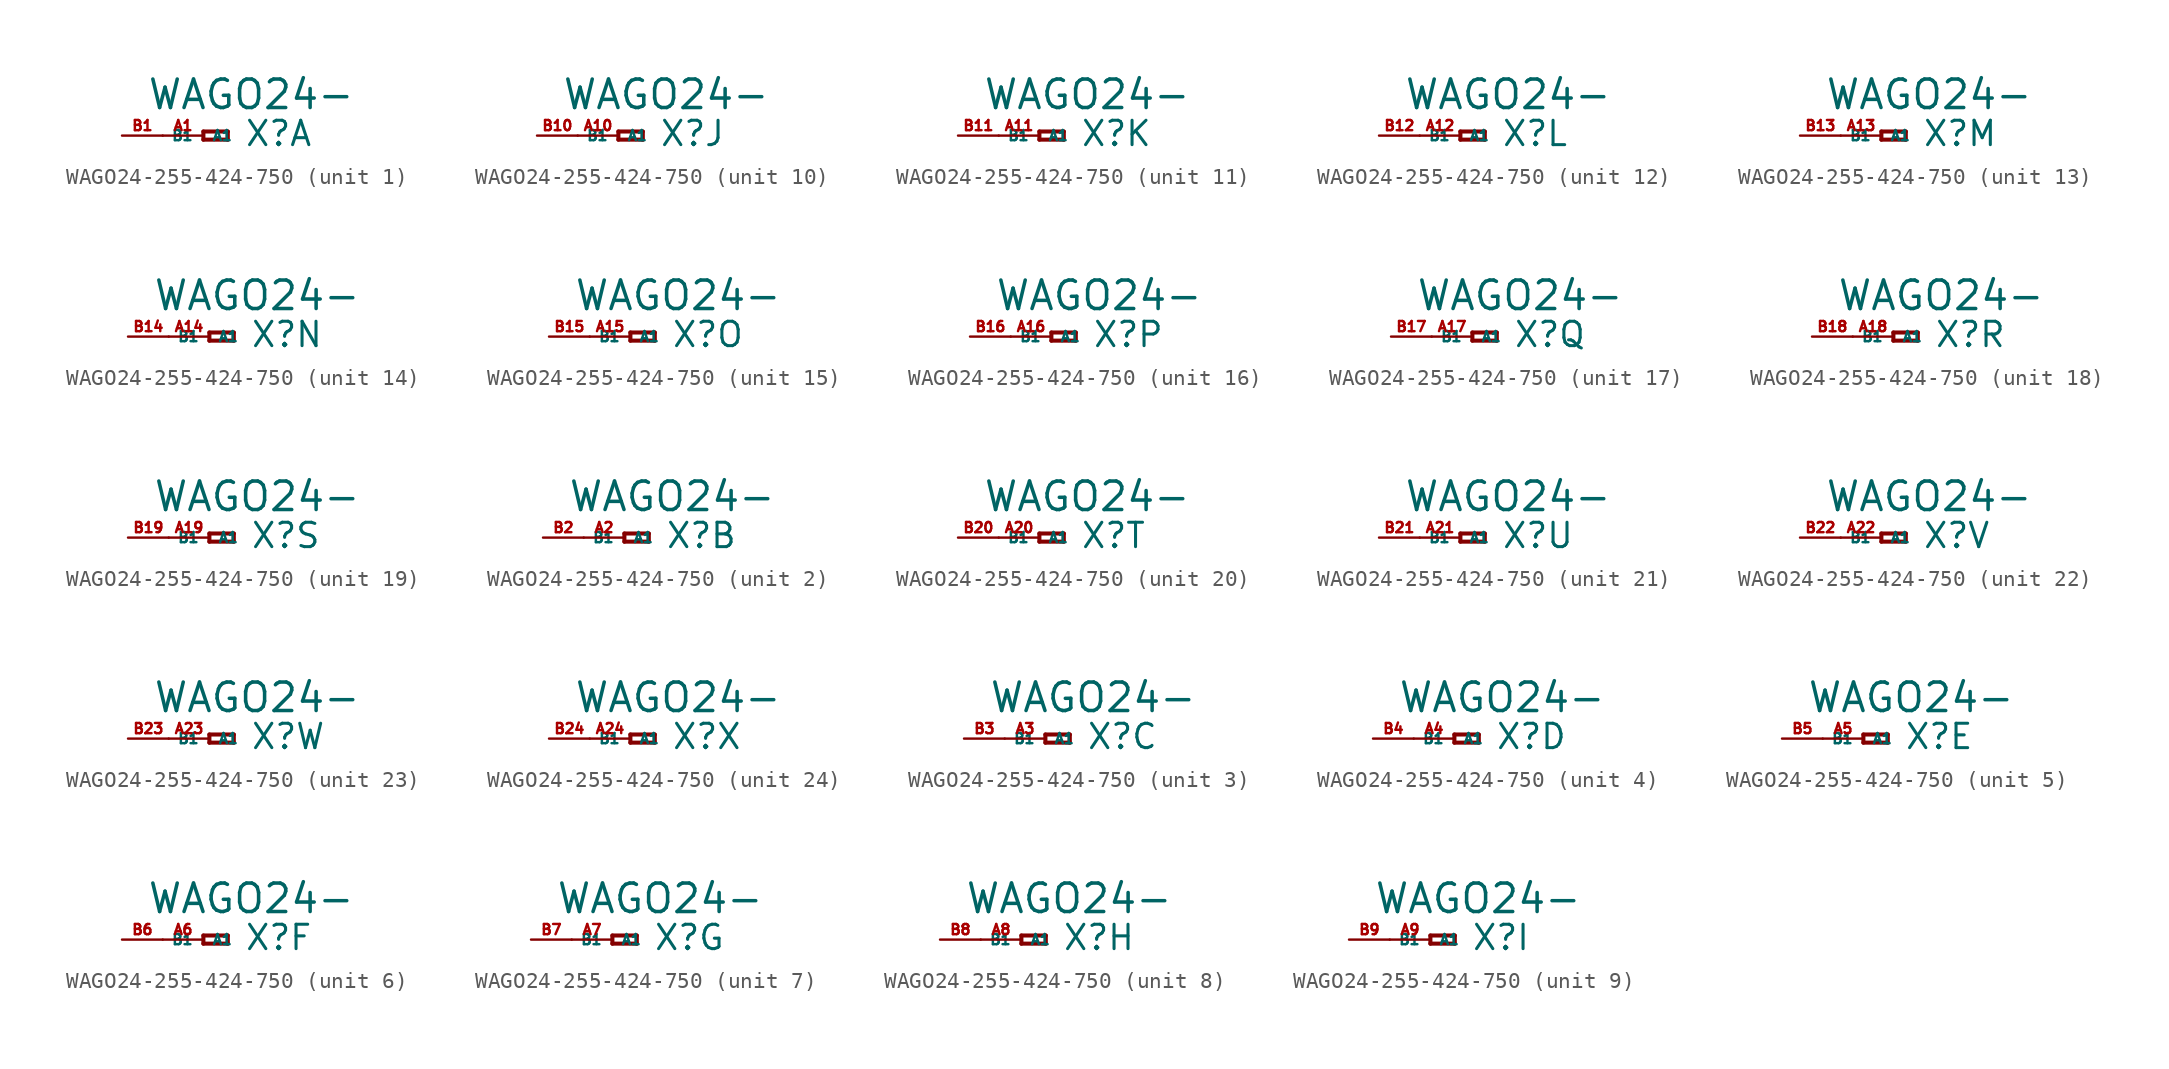
<source format=kicad_sym>
(kicad_symbol_lib
  (version 20220914)
  (generator Eagle2Kicad)
  (symbol "WAGO24-255-424-750"
    (property "Reference" "X"
      (at 2.54 -0.762 0)
      (effects (font (size 1.524 1.524) (thickness 0.19)) (justify left bottom)))
    (property "Value" "WAGO24-"
      (at -3.556 1.524 0)
      (effects (font (size 1.778 1.778) (thickness 0.22)) (justify left bottom)))
    (symbol "WAGO24-255-424-750_1_0"
      (polyline (pts (xy 0 0.254) (xy 0 -0.254)) (stroke (width 0.254) (type default)) (fill (type none)))
      (polyline (pts (xy 0 -0.254) (xy 1.524 -0.254)) (stroke (width 0.254) (type default)) (fill (type none)))
      (polyline (pts (xy 1.524 -0.254) (xy 1.524 0.254)) (stroke (width 0.254) (type default)) (fill (type none)))
      (polyline (pts (xy 1.524 0.254) (xy 0 0.254)) (stroke (width 0.254) (type default)) (fill (type none)))
      (pin passive line (at -2.54 0 0) (length 2.54) (name "A1" (effects (font (size 0.635 0.635) (thickness 0.08)) (justify left bottom))) (number "A1" (effects (font (size 0.635 0.635) (thickness 0.08)) (justify left bottom))))
      (pin passive line (at -5.08 0 0) (length 2.54) (name "B1" (effects (font (size 0.635 0.635) (thickness 0.08)) (justify left bottom))) (number "B1" (effects (font (size 0.635 0.635) (thickness 0.08)) (justify left bottom)))))
    (symbol "WAGO24-255-424-750_2_0"
      (polyline (pts (xy 0 0.254) (xy 0 -0.254)) (stroke (width 0.254) (type default)) (fill (type none)))
      (polyline (pts (xy 0 -0.254) (xy 1.524 -0.254)) (stroke (width 0.254) (type default)) (fill (type none)))
      (polyline (pts (xy 1.524 -0.254) (xy 1.524 0.254)) (stroke (width 0.254) (type default)) (fill (type none)))
      (polyline (pts (xy 1.524 0.254) (xy 0 0.254)) (stroke (width 0.254) (type default)) (fill (type none)))
      (pin passive line (at -2.54 0 0) (length 2.54) (name "A1" (effects (font (size 0.635 0.635) (thickness 0.08)) (justify left bottom))) (number "A2" (effects (font (size 0.635 0.635) (thickness 0.08)) (justify left bottom))))
      (pin passive line (at -5.08 0 0) (length 2.54) (name "B1" (effects (font (size 0.635 0.635) (thickness 0.08)) (justify left bottom))) (number "B2" (effects (font (size 0.635 0.635) (thickness 0.08)) (justify left bottom)))))
    (symbol "WAGO24-255-424-750_3_0"
      (polyline (pts (xy 0 0.254) (xy 0 -0.254)) (stroke (width 0.254) (type default)) (fill (type none)))
      (polyline (pts (xy 0 -0.254) (xy 1.524 -0.254)) (stroke (width 0.254) (type default)) (fill (type none)))
      (polyline (pts (xy 1.524 -0.254) (xy 1.524 0.254)) (stroke (width 0.254) (type default)) (fill (type none)))
      (polyline (pts (xy 1.524 0.254) (xy 0 0.254)) (stroke (width 0.254) (type default)) (fill (type none)))
      (pin passive line (at -2.54 0 0) (length 2.54) (name "A1" (effects (font (size 0.635 0.635) (thickness 0.08)) (justify left bottom))) (number "A3" (effects (font (size 0.635 0.635) (thickness 0.08)) (justify left bottom))))
      (pin passive line (at -5.08 0 0) (length 2.54) (name "B1" (effects (font (size 0.635 0.635) (thickness 0.08)) (justify left bottom))) (number "B3" (effects (font (size 0.635 0.635) (thickness 0.08)) (justify left bottom)))))
    (symbol "WAGO24-255-424-750_4_0"
      (polyline (pts (xy 0 0.254) (xy 0 -0.254)) (stroke (width 0.254) (type default)) (fill (type none)))
      (polyline (pts (xy 0 -0.254) (xy 1.524 -0.254)) (stroke (width 0.254) (type default)) (fill (type none)))
      (polyline (pts (xy 1.524 -0.254) (xy 1.524 0.254)) (stroke (width 0.254) (type default)) (fill (type none)))
      (polyline (pts (xy 1.524 0.254) (xy 0 0.254)) (stroke (width 0.254) (type default)) (fill (type none)))
      (pin passive line (at -2.54 0 0) (length 2.54) (name "A1" (effects (font (size 0.635 0.635) (thickness 0.08)) (justify left bottom))) (number "A4" (effects (font (size 0.635 0.635) (thickness 0.08)) (justify left bottom))))
      (pin passive line (at -5.08 0 0) (length 2.54) (name "B1" (effects (font (size 0.635 0.635) (thickness 0.08)) (justify left bottom))) (number "B4" (effects (font (size 0.635 0.635) (thickness 0.08)) (justify left bottom)))))
    (symbol "WAGO24-255-424-750_5_0"
      (polyline (pts (xy 0 0.254) (xy 0 -0.254)) (stroke (width 0.254) (type default)) (fill (type none)))
      (polyline (pts (xy 0 -0.254) (xy 1.524 -0.254)) (stroke (width 0.254) (type default)) (fill (type none)))
      (polyline (pts (xy 1.524 -0.254) (xy 1.524 0.254)) (stroke (width 0.254) (type default)) (fill (type none)))
      (polyline (pts (xy 1.524 0.254) (xy 0 0.254)) (stroke (width 0.254) (type default)) (fill (type none)))
      (pin passive line (at -2.54 0 0) (length 2.54) (name "A1" (effects (font (size 0.635 0.635) (thickness 0.08)) (justify left bottom))) (number "A5" (effects (font (size 0.635 0.635) (thickness 0.08)) (justify left bottom))))
      (pin passive line (at -5.08 0 0) (length 2.54) (name "B1" (effects (font (size 0.635 0.635) (thickness 0.08)) (justify left bottom))) (number "B5" (effects (font (size 0.635 0.635) (thickness 0.08)) (justify left bottom)))))
    (symbol "WAGO24-255-424-750_6_0"
      (polyline (pts (xy 0 0.254) (xy 0 -0.254)) (stroke (width 0.254) (type default)) (fill (type none)))
      (polyline (pts (xy 0 -0.254) (xy 1.524 -0.254)) (stroke (width 0.254) (type default)) (fill (type none)))
      (polyline (pts (xy 1.524 -0.254) (xy 1.524 0.254)) (stroke (width 0.254) (type default)) (fill (type none)))
      (polyline (pts (xy 1.524 0.254) (xy 0 0.254)) (stroke (width 0.254) (type default)) (fill (type none)))
      (pin passive line (at -2.54 0 0) (length 2.54) (name "A1" (effects (font (size 0.635 0.635) (thickness 0.08)) (justify left bottom))) (number "A6" (effects (font (size 0.635 0.635) (thickness 0.08)) (justify left bottom))))
      (pin passive line (at -5.08 0 0) (length 2.54) (name "B1" (effects (font (size 0.635 0.635) (thickness 0.08)) (justify left bottom))) (number "B6" (effects (font (size 0.635 0.635) (thickness 0.08)) (justify left bottom)))))
    (symbol "WAGO24-255-424-750_7_0"
      (polyline (pts (xy 0 0.254) (xy 0 -0.254)) (stroke (width 0.254) (type default)) (fill (type none)))
      (polyline (pts (xy 0 -0.254) (xy 1.524 -0.254)) (stroke (width 0.254) (type default)) (fill (type none)))
      (polyline (pts (xy 1.524 -0.254) (xy 1.524 0.254)) (stroke (width 0.254) (type default)) (fill (type none)))
      (polyline (pts (xy 1.524 0.254) (xy 0 0.254)) (stroke (width 0.254) (type default)) (fill (type none)))
      (pin passive line (at -2.54 0 0) (length 2.54) (name "A1" (effects (font (size 0.635 0.635) (thickness 0.08)) (justify left bottom))) (number "A7" (effects (font (size 0.635 0.635) (thickness 0.08)) (justify left bottom))))
      (pin passive line (at -5.08 0 0) (length 2.54) (name "B1" (effects (font (size 0.635 0.635) (thickness 0.08)) (justify left bottom))) (number "B7" (effects (font (size 0.635 0.635) (thickness 0.08)) (justify left bottom)))))
    (symbol "WAGO24-255-424-750_8_0"
      (polyline (pts (xy 0 0.254) (xy 0 -0.254)) (stroke (width 0.254) (type default)) (fill (type none)))
      (polyline (pts (xy 0 -0.254) (xy 1.524 -0.254)) (stroke (width 0.254) (type default)) (fill (type none)))
      (polyline (pts (xy 1.524 -0.254) (xy 1.524 0.254)) (stroke (width 0.254) (type default)) (fill (type none)))
      (polyline (pts (xy 1.524 0.254) (xy 0 0.254)) (stroke (width 0.254) (type default)) (fill (type none)))
      (pin passive line (at -2.54 0 0) (length 2.54) (name "A1" (effects (font (size 0.635 0.635) (thickness 0.08)) (justify left bottom))) (number "A8" (effects (font (size 0.635 0.635) (thickness 0.08)) (justify left bottom))))
      (pin passive line (at -5.08 0 0) (length 2.54) (name "B1" (effects (font (size 0.635 0.635) (thickness 0.08)) (justify left bottom))) (number "B8" (effects (font (size 0.635 0.635) (thickness 0.08)) (justify left bottom)))))
    (symbol "WAGO24-255-424-750_9_0"
      (polyline (pts (xy 0 0.254) (xy 0 -0.254)) (stroke (width 0.254) (type default)) (fill (type none)))
      (polyline (pts (xy 0 -0.254) (xy 1.524 -0.254)) (stroke (width 0.254) (type default)) (fill (type none)))
      (polyline (pts (xy 1.524 -0.254) (xy 1.524 0.254)) (stroke (width 0.254) (type default)) (fill (type none)))
      (polyline (pts (xy 1.524 0.254) (xy 0 0.254)) (stroke (width 0.254) (type default)) (fill (type none)))
      (pin passive line (at -2.54 0 0) (length 2.54) (name "A1" (effects (font (size 0.635 0.635) (thickness 0.08)) (justify left bottom))) (number "A9" (effects (font (size 0.635 0.635) (thickness 0.08)) (justify left bottom))))
      (pin passive line (at -5.08 0 0) (length 2.54) (name "B1" (effects (font (size 0.635 0.635) (thickness 0.08)) (justify left bottom))) (number "B9" (effects (font (size 0.635 0.635) (thickness 0.08)) (justify left bottom)))))
    (symbol "WAGO24-255-424-750_10_0"
      (polyline (pts (xy 0 0.254) (xy 0 -0.254)) (stroke (width 0.254) (type default)) (fill (type none)))
      (polyline (pts (xy 0 -0.254) (xy 1.524 -0.254)) (stroke (width 0.254) (type default)) (fill (type none)))
      (polyline (pts (xy 1.524 -0.254) (xy 1.524 0.254)) (stroke (width 0.254) (type default)) (fill (type none)))
      (polyline (pts (xy 1.524 0.254) (xy 0 0.254)) (stroke (width 0.254) (type default)) (fill (type none)))
      (pin passive line (at -2.54 0 0) (length 2.54) (name "A1" (effects (font (size 0.635 0.635) (thickness 0.08)) (justify left bottom))) (number "A10" (effects (font (size 0.635 0.635) (thickness 0.08)) (justify left bottom))))
      (pin passive line (at -5.08 0 0) (length 2.54) (name "B1" (effects (font (size 0.635 0.635) (thickness 0.08)) (justify left bottom))) (number "B10" (effects (font (size 0.635 0.635) (thickness 0.08)) (justify left bottom)))))
    (symbol "WAGO24-255-424-750_11_0"
      (polyline (pts (xy 0 0.254) (xy 0 -0.254)) (stroke (width 0.254) (type default)) (fill (type none)))
      (polyline (pts (xy 0 -0.254) (xy 1.524 -0.254)) (stroke (width 0.254) (type default)) (fill (type none)))
      (polyline (pts (xy 1.524 -0.254) (xy 1.524 0.254)) (stroke (width 0.254) (type default)) (fill (type none)))
      (polyline (pts (xy 1.524 0.254) (xy 0 0.254)) (stroke (width 0.254) (type default)) (fill (type none)))
      (pin passive line (at -2.54 0 0) (length 2.54) (name "A1" (effects (font (size 0.635 0.635) (thickness 0.08)) (justify left bottom))) (number "A11" (effects (font (size 0.635 0.635) (thickness 0.08)) (justify left bottom))))
      (pin passive line (at -5.08 0 0) (length 2.54) (name "B1" (effects (font (size 0.635 0.635) (thickness 0.08)) (justify left bottom))) (number "B11" (effects (font (size 0.635 0.635) (thickness 0.08)) (justify left bottom)))))
    (symbol "WAGO24-255-424-750_12_0"
      (polyline (pts (xy 0 0.254) (xy 0 -0.254)) (stroke (width 0.254) (type default)) (fill (type none)))
      (polyline (pts (xy 0 -0.254) (xy 1.524 -0.254)) (stroke (width 0.254) (type default)) (fill (type none)))
      (polyline (pts (xy 1.524 -0.254) (xy 1.524 0.254)) (stroke (width 0.254) (type default)) (fill (type none)))
      (polyline (pts (xy 1.524 0.254) (xy 0 0.254)) (stroke (width 0.254) (type default)) (fill (type none)))
      (pin passive line (at -2.54 0 0) (length 2.54) (name "A1" (effects (font (size 0.635 0.635) (thickness 0.08)) (justify left bottom))) (number "A12" (effects (font (size 0.635 0.635) (thickness 0.08)) (justify left bottom))))
      (pin passive line (at -5.08 0 0) (length 2.54) (name "B1" (effects (font (size 0.635 0.635) (thickness 0.08)) (justify left bottom))) (number "B12" (effects (font (size 0.635 0.635) (thickness 0.08)) (justify left bottom)))))
    (symbol "WAGO24-255-424-750_13_0"
      (polyline (pts (xy 0 0.254) (xy 0 -0.254)) (stroke (width 0.254) (type default)) (fill (type none)))
      (polyline (pts (xy 0 -0.254) (xy 1.524 -0.254)) (stroke (width 0.254) (type default)) (fill (type none)))
      (polyline (pts (xy 1.524 -0.254) (xy 1.524 0.254)) (stroke (width 0.254) (type default)) (fill (type none)))
      (polyline (pts (xy 1.524 0.254) (xy 0 0.254)) (stroke (width 0.254) (type default)) (fill (type none)))
      (pin passive line (at -2.54 0 0) (length 2.54) (name "A1" (effects (font (size 0.635 0.635) (thickness 0.08)) (justify left bottom))) (number "A13" (effects (font (size 0.635 0.635) (thickness 0.08)) (justify left bottom))))
      (pin passive line (at -5.08 0 0) (length 2.54) (name "B1" (effects (font (size 0.635 0.635) (thickness 0.08)) (justify left bottom))) (number "B13" (effects (font (size 0.635 0.635) (thickness 0.08)) (justify left bottom)))))
    (symbol "WAGO24-255-424-750_14_0"
      (polyline (pts (xy 0 0.254) (xy 0 -0.254)) (stroke (width 0.254) (type default)) (fill (type none)))
      (polyline (pts (xy 0 -0.254) (xy 1.524 -0.254)) (stroke (width 0.254) (type default)) (fill (type none)))
      (polyline (pts (xy 1.524 -0.254) (xy 1.524 0.254)) (stroke (width 0.254) (type default)) (fill (type none)))
      (polyline (pts (xy 1.524 0.254) (xy 0 0.254)) (stroke (width 0.254) (type default)) (fill (type none)))
      (pin passive line (at -2.54 0 0) (length 2.54) (name "A1" (effects (font (size 0.635 0.635) (thickness 0.08)) (justify left bottom))) (number "A14" (effects (font (size 0.635 0.635) (thickness 0.08)) (justify left bottom))))
      (pin passive line (at -5.08 0 0) (length 2.54) (name "B1" (effects (font (size 0.635 0.635) (thickness 0.08)) (justify left bottom))) (number "B14" (effects (font (size 0.635 0.635) (thickness 0.08)) (justify left bottom)))))
    (symbol "WAGO24-255-424-750_15_0"
      (polyline (pts (xy 0 0.254) (xy 0 -0.254)) (stroke (width 0.254) (type default)) (fill (type none)))
      (polyline (pts (xy 0 -0.254) (xy 1.524 -0.254)) (stroke (width 0.254) (type default)) (fill (type none)))
      (polyline (pts (xy 1.524 -0.254) (xy 1.524 0.254)) (stroke (width 0.254) (type default)) (fill (type none)))
      (polyline (pts (xy 1.524 0.254) (xy 0 0.254)) (stroke (width 0.254) (type default)) (fill (type none)))
      (pin passive line (at -2.54 0 0) (length 2.54) (name "A1" (effects (font (size 0.635 0.635) (thickness 0.08)) (justify left bottom))) (number "A15" (effects (font (size 0.635 0.635) (thickness 0.08)) (justify left bottom))))
      (pin passive line (at -5.08 0 0) (length 2.54) (name "B1" (effects (font (size 0.635 0.635) (thickness 0.08)) (justify left bottom))) (number "B15" (effects (font (size 0.635 0.635) (thickness 0.08)) (justify left bottom)))))
    (symbol "WAGO24-255-424-750_16_0"
      (polyline (pts (xy 0 0.254) (xy 0 -0.254)) (stroke (width 0.254) (type default)) (fill (type none)))
      (polyline (pts (xy 0 -0.254) (xy 1.524 -0.254)) (stroke (width 0.254) (type default)) (fill (type none)))
      (polyline (pts (xy 1.524 -0.254) (xy 1.524 0.254)) (stroke (width 0.254) (type default)) (fill (type none)))
      (polyline (pts (xy 1.524 0.254) (xy 0 0.254)) (stroke (width 0.254) (type default)) (fill (type none)))
      (pin passive line (at -2.54 0 0) (length 2.54) (name "A1" (effects (font (size 0.635 0.635) (thickness 0.08)) (justify left bottom))) (number "A16" (effects (font (size 0.635 0.635) (thickness 0.08)) (justify left bottom))))
      (pin passive line (at -5.08 0 0) (length 2.54) (name "B1" (effects (font (size 0.635 0.635) (thickness 0.08)) (justify left bottom))) (number "B16" (effects (font (size 0.635 0.635) (thickness 0.08)) (justify left bottom)))))
    (symbol "WAGO24-255-424-750_17_0"
      (polyline (pts (xy 0 0.254) (xy 0 -0.254)) (stroke (width 0.254) (type default)) (fill (type none)))
      (polyline (pts (xy 0 -0.254) (xy 1.524 -0.254)) (stroke (width 0.254) (type default)) (fill (type none)))
      (polyline (pts (xy 1.524 -0.254) (xy 1.524 0.254)) (stroke (width 0.254) (type default)) (fill (type none)))
      (polyline (pts (xy 1.524 0.254) (xy 0 0.254)) (stroke (width 0.254) (type default)) (fill (type none)))
      (pin passive line (at -2.54 0 0) (length 2.54) (name "A1" (effects (font (size 0.635 0.635) (thickness 0.08)) (justify left bottom))) (number "A17" (effects (font (size 0.635 0.635) (thickness 0.08)) (justify left bottom))))
      (pin passive line (at -5.08 0 0) (length 2.54) (name "B1" (effects (font (size 0.635 0.635) (thickness 0.08)) (justify left bottom))) (number "B17" (effects (font (size 0.635 0.635) (thickness 0.08)) (justify left bottom)))))
    (symbol "WAGO24-255-424-750_18_0"
      (polyline (pts (xy 0 0.254) (xy 0 -0.254)) (stroke (width 0.254) (type default)) (fill (type none)))
      (polyline (pts (xy 0 -0.254) (xy 1.524 -0.254)) (stroke (width 0.254) (type default)) (fill (type none)))
      (polyline (pts (xy 1.524 -0.254) (xy 1.524 0.254)) (stroke (width 0.254) (type default)) (fill (type none)))
      (polyline (pts (xy 1.524 0.254) (xy 0 0.254)) (stroke (width 0.254) (type default)) (fill (type none)))
      (pin passive line (at -2.54 0 0) (length 2.54) (name "A1" (effects (font (size 0.635 0.635) (thickness 0.08)) (justify left bottom))) (number "A18" (effects (font (size 0.635 0.635) (thickness 0.08)) (justify left bottom))))
      (pin passive line (at -5.08 0 0) (length 2.54) (name "B1" (effects (font (size 0.635 0.635) (thickness 0.08)) (justify left bottom))) (number "B18" (effects (font (size 0.635 0.635) (thickness 0.08)) (justify left bottom)))))
    (symbol "WAGO24-255-424-750_19_0"
      (polyline (pts (xy 0 0.254) (xy 0 -0.254)) (stroke (width 0.254) (type default)) (fill (type none)))
      (polyline (pts (xy 0 -0.254) (xy 1.524 -0.254)) (stroke (width 0.254) (type default)) (fill (type none)))
      (polyline (pts (xy 1.524 -0.254) (xy 1.524 0.254)) (stroke (width 0.254) (type default)) (fill (type none)))
      (polyline (pts (xy 1.524 0.254) (xy 0 0.254)) (stroke (width 0.254) (type default)) (fill (type none)))
      (pin passive line (at -2.54 0 0) (length 2.54) (name "A1" (effects (font (size 0.635 0.635) (thickness 0.08)) (justify left bottom))) (number "A19" (effects (font (size 0.635 0.635) (thickness 0.08)) (justify left bottom))))
      (pin passive line (at -5.08 0 0) (length 2.54) (name "B1" (effects (font (size 0.635 0.635) (thickness 0.08)) (justify left bottom))) (number "B19" (effects (font (size 0.635 0.635) (thickness 0.08)) (justify left bottom)))))
    (symbol "WAGO24-255-424-750_20_0"
      (polyline (pts (xy 0 0.254) (xy 0 -0.254)) (stroke (width 0.254) (type default)) (fill (type none)))
      (polyline (pts (xy 0 -0.254) (xy 1.524 -0.254)) (stroke (width 0.254) (type default)) (fill (type none)))
      (polyline (pts (xy 1.524 -0.254) (xy 1.524 0.254)) (stroke (width 0.254) (type default)) (fill (type none)))
      (polyline (pts (xy 1.524 0.254) (xy 0 0.254)) (stroke (width 0.254) (type default)) (fill (type none)))
      (pin passive line (at -2.54 0 0) (length 2.54) (name "A1" (effects (font (size 0.635 0.635) (thickness 0.08)) (justify left bottom))) (number "A20" (effects (font (size 0.635 0.635) (thickness 0.08)) (justify left bottom))))
      (pin passive line (at -5.08 0 0) (length 2.54) (name "B1" (effects (font (size 0.635 0.635) (thickness 0.08)) (justify left bottom))) (number "B20" (effects (font (size 0.635 0.635) (thickness 0.08)) (justify left bottom)))))
    (symbol "WAGO24-255-424-750_21_0"
      (polyline (pts (xy 0 0.254) (xy 0 -0.254)) (stroke (width 0.254) (type default)) (fill (type none)))
      (polyline (pts (xy 0 -0.254) (xy 1.524 -0.254)) (stroke (width 0.254) (type default)) (fill (type none)))
      (polyline (pts (xy 1.524 -0.254) (xy 1.524 0.254)) (stroke (width 0.254) (type default)) (fill (type none)))
      (polyline (pts (xy 1.524 0.254) (xy 0 0.254)) (stroke (width 0.254) (type default)) (fill (type none)))
      (pin passive line (at -2.54 0 0) (length 2.54) (name "A1" (effects (font (size 0.635 0.635) (thickness 0.08)) (justify left bottom))) (number "A21" (effects (font (size 0.635 0.635) (thickness 0.08)) (justify left bottom))))
      (pin passive line (at -5.08 0 0) (length 2.54) (name "B1" (effects (font (size 0.635 0.635) (thickness 0.08)) (justify left bottom))) (number "B21" (effects (font (size 0.635 0.635) (thickness 0.08)) (justify left bottom)))))
    (symbol "WAGO24-255-424-750_22_0"
      (polyline (pts (xy 0 0.254) (xy 0 -0.254)) (stroke (width 0.254) (type default)) (fill (type none)))
      (polyline (pts (xy 0 -0.254) (xy 1.524 -0.254)) (stroke (width 0.254) (type default)) (fill (type none)))
      (polyline (pts (xy 1.524 -0.254) (xy 1.524 0.254)) (stroke (width 0.254) (type default)) (fill (type none)))
      (polyline (pts (xy 1.524 0.254) (xy 0 0.254)) (stroke (width 0.254) (type default)) (fill (type none)))
      (pin passive line (at -2.54 0 0) (length 2.54) (name "A1" (effects (font (size 0.635 0.635) (thickness 0.08)) (justify left bottom))) (number "A22" (effects (font (size 0.635 0.635) (thickness 0.08)) (justify left bottom))))
      (pin passive line (at -5.08 0 0) (length 2.54) (name "B1" (effects (font (size 0.635 0.635) (thickness 0.08)) (justify left bottom))) (number "B22" (effects (font (size 0.635 0.635) (thickness 0.08)) (justify left bottom)))))
    (symbol "WAGO24-255-424-750_23_0"
      (polyline (pts (xy 0 0.254) (xy 0 -0.254)) (stroke (width 0.254) (type default)) (fill (type none)))
      (polyline (pts (xy 0 -0.254) (xy 1.524 -0.254)) (stroke (width 0.254) (type default)) (fill (type none)))
      (polyline (pts (xy 1.524 -0.254) (xy 1.524 0.254)) (stroke (width 0.254) (type default)) (fill (type none)))
      (polyline (pts (xy 1.524 0.254) (xy 0 0.254)) (stroke (width 0.254) (type default)) (fill (type none)))
      (pin passive line (at -2.54 0 0) (length 2.54) (name "A1" (effects (font (size 0.635 0.635) (thickness 0.08)) (justify left bottom))) (number "A23" (effects (font (size 0.635 0.635) (thickness 0.08)) (justify left bottom))))
      (pin passive line (at -5.08 0 0) (length 2.54) (name "B1" (effects (font (size 0.635 0.635) (thickness 0.08)) (justify left bottom))) (number "B23" (effects (font (size 0.635 0.635) (thickness 0.08)) (justify left bottom)))))
    (symbol "WAGO24-255-424-750_24_0"
      (polyline (pts (xy 0 0.254) (xy 0 -0.254)) (stroke (width 0.254) (type default)) (fill (type none)))
      (polyline (pts (xy 0 -0.254) (xy 1.524 -0.254)) (stroke (width 0.254) (type default)) (fill (type none)))
      (polyline (pts (xy 1.524 -0.254) (xy 1.524 0.254)) (stroke (width 0.254) (type default)) (fill (type none)))
      (polyline (pts (xy 1.524 0.254) (xy 0 0.254)) (stroke (width 0.254) (type default)) (fill (type none)))
      (pin passive line (at -2.54 0 0) (length 2.54) (name "A1" (effects (font (size 0.635 0.635) (thickness 0.08)) (justify left bottom))) (number "A24" (effects (font (size 0.635 0.635) (thickness 0.08)) (justify left bottom))))
      (pin passive line (at -5.08 0 0) (length 2.54) (name "B1" (effects (font (size 0.635 0.635) (thickness 0.08)) (justify left bottom))) (number "B24" (effects (font (size 0.635 0.635) (thickness 0.08)) (justify left bottom)))))))
</source>
